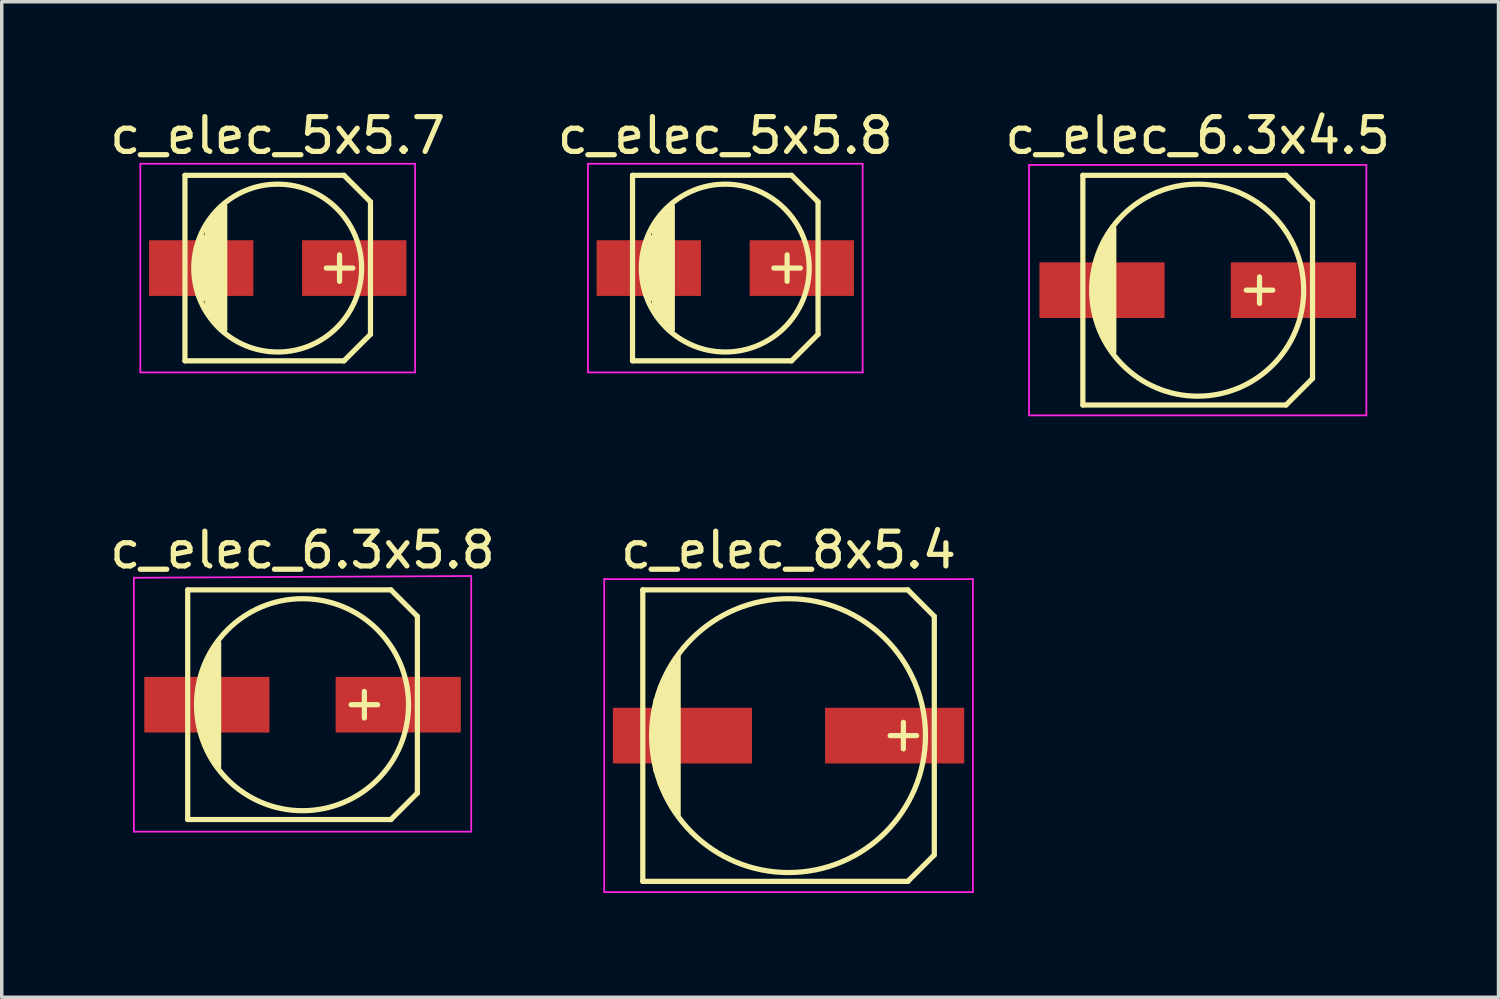
<source format=kicad_pcb>
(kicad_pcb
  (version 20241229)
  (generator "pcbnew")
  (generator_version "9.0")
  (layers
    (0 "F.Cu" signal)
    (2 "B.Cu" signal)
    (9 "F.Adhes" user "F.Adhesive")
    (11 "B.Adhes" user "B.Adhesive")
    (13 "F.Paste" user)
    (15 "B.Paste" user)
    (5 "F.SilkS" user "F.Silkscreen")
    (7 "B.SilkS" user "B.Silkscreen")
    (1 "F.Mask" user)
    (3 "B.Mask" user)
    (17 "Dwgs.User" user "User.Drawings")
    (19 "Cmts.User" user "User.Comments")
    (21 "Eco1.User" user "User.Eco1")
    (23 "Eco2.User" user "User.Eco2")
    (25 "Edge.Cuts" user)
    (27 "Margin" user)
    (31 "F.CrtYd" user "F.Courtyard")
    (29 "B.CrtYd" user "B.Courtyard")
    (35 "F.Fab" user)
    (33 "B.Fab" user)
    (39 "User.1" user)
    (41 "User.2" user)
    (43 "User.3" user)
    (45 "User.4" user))
  (footprint "c_elec_5x5.7"
    (layer "F.Cu")
    (at 4.935 4.658)
    (property "Reference" "c_elec_5x5.7" (at 0 -3.81 0) (layer "F.SilkS") (effects (font (size 1 1) (thickness 0.15))))
    (attr smd)
    (fp_line (start -2.667 -2.667) (end 1.905 -2.667) (stroke (width 0.15) (type solid)) (layer "F.SilkS"))
    (fp_line (start -2.667 2.667) (end -2.667 -2.667) (stroke (width 0.15) (type solid)) (layer "F.SilkS"))
    (fp_line (start -2.286 -0.635) (end -2.286 0.762) (stroke (width 0.15) (type solid)) (layer "F.SilkS"))
    (fp_line (start -2.159 -0.889) (end -2.159 0.889) (stroke (width 0.15) (type solid)) (layer "F.SilkS"))
    (fp_line (start -2.032 -1.27) (end -2.032 1.27) (stroke (width 0.15) (type solid)) (layer "F.SilkS"))
    (fp_line (start -1.905 1.397) (end -1.905 -1.397) (stroke (width 0.15) (type solid)) (layer "F.SilkS"))
    (fp_line (start -1.778 -1.524) (end -1.778 1.524) (stroke (width 0.15) (type solid)) (layer "F.SilkS"))
    (fp_line (start -1.651 1.651) (end -1.651 -1.651) (stroke (width 0.15) (type solid)) (layer "F.SilkS"))
    (fp_line (start -1.524 -1.778) (end -1.524 1.778) (stroke (width 0.15) (type solid)) (layer "F.SilkS"))
    (fp_line (start 1.778 -0.381) (end 1.778 0.381) (stroke (width 0.15) (type solid)) (layer "F.SilkS"))
    (fp_line (start 1.905 -2.667) (end 2.667 -1.905) (stroke (width 0.15) (type solid)) (layer "F.SilkS"))
    (fp_line (start 1.905 2.667) (end -2.667 2.667) (stroke (width 0.15) (type solid)) (layer "F.SilkS"))
    (fp_line (start 2.159 0) (end 1.397 0) (stroke (width 0.15) (type solid)) (layer "F.SilkS"))
    (fp_line (start 2.667 -1.905) (end 2.667 1.905) (stroke (width 0.15) (type solid)) (layer "F.SilkS"))
    (fp_line (start 2.667 1.905) (end 1.905 2.667) (stroke (width 0.15) (type solid)) (layer "F.SilkS"))
    (fp_circle (center 0 0) (end -2.413 0) (stroke (width 0.15) (type solid)) (fill no) (layer "F.SilkS"))
    (fp_line (start -3.95 -3) (end 3.95 -3) (stroke (width 0.05) (type solid)) (layer "F.CrtYd"))
    (fp_line (start -3.95 3) (end -3.95 -3) (stroke (width 0.05) (type solid)) (layer "F.CrtYd"))
    (fp_line (start 3.95 -3) (end 3.95 3) (stroke (width 0.05) (type solid)) (layer "F.CrtYd"))
    (fp_line (start 3.95 3) (end -3.95 3) (stroke (width 0.05) (type solid)) (layer "F.CrtYd"))
    (pad "1" smd rect (at 2.2 0) (size 3 1.6) (layers "F.Cu" "F.Mask" "F.Paste"))
    (pad "2" smd rect (at -2.2 0) (size 3 1.6) (layers "F.Cu" "F.Mask" "F.Paste")))
  (footprint "c_elec_5x5.8"
    (layer "F.Cu")
    (at 17.804 4.658)
    (property "Reference" "c_elec_5x5.8" (at 0 -3.81 0) (layer "F.SilkS") (effects (font (size 1 1) (thickness 0.15))))
    (attr smd)
    (fp_line (start -2.667 -2.667) (end 1.905 -2.667) (stroke (width 0.15) (type solid)) (layer "F.SilkS"))
    (fp_line (start -2.667 2.667) (end -2.667 -2.667) (stroke (width 0.15) (type solid)) (layer "F.SilkS"))
    (fp_line (start -2.286 -0.635) (end -2.286 0.762) (stroke (width 0.15) (type solid)) (layer "F.SilkS"))
    (fp_line (start -2.159 -0.889) (end -2.159 0.889) (stroke (width 0.15) (type solid)) (layer "F.SilkS"))
    (fp_line (start -2.032 -1.27) (end -2.032 1.27) (stroke (width 0.15) (type solid)) (layer "F.SilkS"))
    (fp_line (start -1.905 1.397) (end -1.905 -1.397) (stroke (width 0.15) (type solid)) (layer "F.SilkS"))
    (fp_line (start -1.778 -1.524) (end -1.778 1.524) (stroke (width 0.15) (type solid)) (layer "F.SilkS"))
    (fp_line (start -1.651 1.651) (end -1.651 -1.651) (stroke (width 0.15) (type solid)) (layer "F.SilkS"))
    (fp_line (start -1.524 -1.778) (end -1.524 1.778) (stroke (width 0.15) (type solid)) (layer "F.SilkS"))
    (fp_line (start 1.778 -0.381) (end 1.778 0.381) (stroke (width 0.15) (type solid)) (layer "F.SilkS"))
    (fp_line (start 1.905 -2.667) (end 2.667 -1.905) (stroke (width 0.15) (type solid)) (layer "F.SilkS"))
    (fp_line (start 1.905 2.667) (end -2.667 2.667) (stroke (width 0.15) (type solid)) (layer "F.SilkS"))
    (fp_line (start 2.159 0) (end 1.397 0) (stroke (width 0.15) (type solid)) (layer "F.SilkS"))
    (fp_line (start 2.667 -1.905) (end 2.667 1.905) (stroke (width 0.15) (type solid)) (layer "F.SilkS"))
    (fp_line (start 2.667 1.905) (end 1.905 2.667) (stroke (width 0.15) (type solid)) (layer "F.SilkS"))
    (fp_circle (center 0 0) (end -2.413 0) (stroke (width 0.15) (type solid)) (fill no) (layer "F.SilkS"))
    (fp_line (start -3.95 -3) (end 3.95 -3) (stroke (width 0.05) (type solid)) (layer "F.CrtYd"))
    (fp_line (start -3.95 3) (end -3.95 -3) (stroke (width 0.05) (type solid)) (layer "F.CrtYd"))
    (fp_line (start 3.95 -3) (end 3.95 3) (stroke (width 0.05) (type solid)) (layer "F.CrtYd"))
    (fp_line (start 3.95 3) (end -3.95 3) (stroke (width 0.05) (type solid)) (layer "F.CrtYd"))
    (pad "1" smd rect (at 2.2 0) (size 3 1.6) (layers "F.Cu" "F.Mask" "F.Paste"))
    (pad "2" smd rect (at -2.2 0) (size 3 1.6) (layers "F.Cu" "F.Mask" "F.Paste")))
  (footprint "c_elec_8x5.4"
    (layer "F.Cu")
    (at 19.623 18.101)
    (property "Reference" "c_elec_8x5.4" (at 0 -5.334 0) (layer "F.SilkS") (effects (font (size 1 1) (thickness 0.15))))
    (attr smd)
    (fp_line (start -4.191 -4.191) (end -4.191 4.191) (stroke (width 0.15) (type solid)) (layer "F.SilkS"))
    (fp_line (start -4.191 4.191) (end 3.429 4.191) (stroke (width 0.15) (type solid)) (layer "F.SilkS"))
    (fp_line (start -3.81 -1.016) (end -3.81 1.016) (stroke (width 0.15) (type solid)) (layer "F.SilkS"))
    (fp_line (start -3.683 1.397) (end -3.683 -1.397) (stroke (width 0.15) (type solid)) (layer "F.SilkS"))
    (fp_line (start -3.556 -1.651) (end -3.556 1.651) (stroke (width 0.15) (type solid)) (layer "F.SilkS"))
    (fp_line (start -3.429 1.905) (end -3.429 -1.905) (stroke (width 0.15) (type solid)) (layer "F.SilkS"))
    (fp_line (start -3.302 2.032) (end -3.302 -2.032) (stroke (width 0.15) (type solid)) (layer "F.SilkS"))
    (fp_line (start -3.175 -2.286) (end -3.175 2.286) (stroke (width 0.15) (type solid)) (layer "F.SilkS"))
    (fp_line (start 3.302 -0.381) (end 3.302 0.381) (stroke (width 0.15) (type solid)) (layer "F.SilkS"))
    (fp_line (start 3.429 -4.191) (end -4.191 -4.191) (stroke (width 0.15) (type solid)) (layer "F.SilkS"))
    (fp_line (start 3.429 4.191) (end 4.191 3.429) (stroke (width 0.15) (type solid)) (layer "F.SilkS"))
    (fp_line (start 3.683 0) (end 2.921 0) (stroke (width 0.15) (type solid)) (layer "F.SilkS"))
    (fp_line (start 4.191 -3.429) (end 3.429 -4.191) (stroke (width 0.15) (type solid)) (layer "F.SilkS"))
    (fp_line (start 4.191 3.429) (end 4.191 -3.429) (stroke (width 0.15) (type solid)) (layer "F.SilkS"))
    (fp_circle (center 0 0) (end 3.937 0) (stroke (width 0.15) (type solid)) (fill no) (layer "F.SilkS"))
    (fp_line (start -5.3 -4.5) (end 5.3 -4.5) (stroke (width 0.05) (type solid)) (layer "F.CrtYd"))
    (fp_line (start -5.3 4.5) (end -5.3 -4.5) (stroke (width 0.05) (type solid)) (layer "F.CrtYd"))
    (fp_line (start 5.3 -4.5) (end 5.3 0) (stroke (width 0.05) (type solid)) (layer "F.CrtYd"))
    (fp_line (start 5.3 0) (end 5.3 4.5) (stroke (width 0.05) (type solid)) (layer "F.CrtYd"))
    (fp_line (start 5.3 4.5) (end -5.3 4.5) (stroke (width 0.05) (type solid)) (layer "F.CrtYd"))
    (pad "1" smd rect (at 3.051 0) (size 4 1.6) (layers "F.Cu" "F.Mask" "F.Paste"))
    (pad "2" smd rect (at -3.051 0) (size 4 1.6) (layers "F.Cu" "F.Mask" "F.Paste")))
  (footprint "c_elec_6.3x5.8"
    (layer "F.Cu")
    (at 5.649 17.212)
    (property "Reference" "c_elec_6.3x5.8" (at 0 -4.445 0) (layer "F.SilkS") (effects (font (size 1 1) (thickness 0.15))))
    (attr smd)
    (fp_line (start -3.302 -3.302) (end -3.302 3.302) (stroke (width 0.15) (type solid)) (layer "F.SilkS"))
    (fp_line (start -3.302 3.302) (end 2.54 3.302) (stroke (width 0.15) (type solid)) (layer "F.SilkS"))
    (fp_line (start -2.921 -0.762) (end -2.921 0.762) (stroke (width 0.15) (type solid)) (layer "F.SilkS"))
    (fp_line (start -2.794 1.143) (end -2.794 -1.143) (stroke (width 0.15) (type solid)) (layer "F.SilkS"))
    (fp_line (start -2.667 -1.397) (end -2.667 1.397) (stroke (width 0.15) (type solid)) (layer "F.SilkS"))
    (fp_line (start -2.54 1.651) (end -2.54 -1.651) (stroke (width 0.15) (type solid)) (layer "F.SilkS"))
    (fp_line (start -2.413 -1.778) (end -2.413 1.778) (stroke (width 0.15) (type solid)) (layer "F.SilkS"))
    (fp_line (start 1.778 -0.381) (end 1.778 0.381) (stroke (width 0.15) (type solid)) (layer "F.SilkS"))
    (fp_line (start 2.159 0) (end 1.397 0) (stroke (width 0.15) (type solid)) (layer "F.SilkS"))
    (fp_line (start 2.54 -3.302) (end -3.302 -3.302) (stroke (width 0.15) (type solid)) (layer "F.SilkS"))
    (fp_line (start 2.54 3.302) (end 3.302 2.54) (stroke (width 0.15) (type solid)) (layer "F.SilkS"))
    (fp_line (start 3.302 -2.54) (end 2.54 -3.302) (stroke (width 0.15) (type solid)) (layer "F.SilkS"))
    (fp_line (start 3.302 2.54) (end 3.302 -2.54) (stroke (width 0.15) (type solid)) (layer "F.SilkS"))
    (fp_circle (center 0 0) (end -3.048 0) (stroke (width 0.15) (type solid)) (fill no) (layer "F.SilkS"))
    (fp_line (start -4.85 -3.65) (end 4.85 -3.7) (stroke (width 0.05) (type solid)) (layer "F.CrtYd"))
    (fp_line (start -4.85 3.65) (end -4.85 -3.65) (stroke (width 0.05) (type solid)) (layer "F.CrtYd"))
    (fp_line (start 4.85 -3.7) (end 4.85 3.65) (stroke (width 0.05) (type solid)) (layer "F.CrtYd"))
    (fp_line (start 4.85 3.65) (end -4.85 3.65) (stroke (width 0.05) (type solid)) (layer "F.CrtYd"))
    (pad "1" smd rect (at 2.751 0) (size 3.599 1.6) (layers "F.Cu" "F.Mask" "F.Paste"))
    (pad "2" smd rect (at -2.751 0) (size 3.599 1.6) (layers "F.Cu" "F.Mask" "F.Paste")))
  (footprint "c_elec_6.3x4.5"
    (layer "F.Cu")
    (at 31.387 5.293)
    (property "Reference" "c_elec_6.3x4.5" (at 0 -4.445 0) (layer "F.SilkS") (effects (font (size 1 1) (thickness 0.15))))
    (attr smd)
    (fp_line (start -3.302 -3.302) (end -3.302 3.302) (stroke (width 0.15) (type solid)) (layer "F.SilkS"))
    (fp_line (start -3.302 3.302) (end 2.54 3.302) (stroke (width 0.15) (type solid)) (layer "F.SilkS"))
    (fp_line (start -2.921 -0.762) (end -2.921 0.762) (stroke (width 0.15) (type solid)) (layer "F.SilkS"))
    (fp_line (start -2.794 1.143) (end -2.794 -1.143) (stroke (width 0.15) (type solid)) (layer "F.SilkS"))
    (fp_line (start -2.667 -1.397) (end -2.667 1.397) (stroke (width 0.15) (type solid)) (layer "F.SilkS"))
    (fp_line (start -2.54 1.651) (end -2.54 -1.651) (stroke (width 0.15) (type solid)) (layer "F.SilkS"))
    (fp_line (start -2.413 -1.778) (end -2.413 1.778) (stroke (width 0.15) (type solid)) (layer "F.SilkS"))
    (fp_line (start 1.778 -0.381) (end 1.778 0.381) (stroke (width 0.15) (type solid)) (layer "F.SilkS"))
    (fp_line (start 2.159 0) (end 1.397 0) (stroke (width 0.15) (type solid)) (layer "F.SilkS"))
    (fp_line (start 2.54 -3.302) (end -3.302 -3.302) (stroke (width 0.15) (type solid)) (layer "F.SilkS"))
    (fp_line (start 2.54 3.302) (end 3.302 2.54) (stroke (width 0.15) (type solid)) (layer "F.SilkS"))
    (fp_line (start 3.302 -2.54) (end 2.54 -3.302) (stroke (width 0.15) (type solid)) (layer "F.SilkS"))
    (fp_line (start 3.302 2.54) (end 3.302 -2.54) (stroke (width 0.15) (type solid)) (layer "F.SilkS"))
    (fp_circle (center 0 0) (end -3.048 0) (stroke (width 0.15) (type solid)) (fill no) (layer "F.SilkS"))
    (fp_line (start -4.85 -3.6) (end 4.85 -3.6) (stroke (width 0.05) (type solid)) (layer "F.CrtYd"))
    (fp_line (start -4.85 3.6) (end -4.85 -3.6) (stroke (width 0.05) (type solid)) (layer "F.CrtYd"))
    (fp_line (start 4.85 -3.6) (end 4.85 3.6) (stroke (width 0.05) (type solid)) (layer "F.CrtYd"))
    (fp_line (start 4.85 3.6) (end -4.85 3.6) (stroke (width 0.05) (type solid)) (layer "F.CrtYd"))
    (pad "1" smd rect (at 2.751 0) (size 3.599 1.6) (layers "F.Cu" "F.Mask" "F.Paste"))
    (pad "2" smd rect (at -2.751 0) (size 3.599 1.6) (layers "F.Cu" "F.Mask" "F.Paste")))
  (gr_rect
    (start -3 -3)
    (end 40.036 25.625)
    (stroke (width 0.1) (type default))
    (fill no)
    (layer "Edge.Cuts")))
</source>
